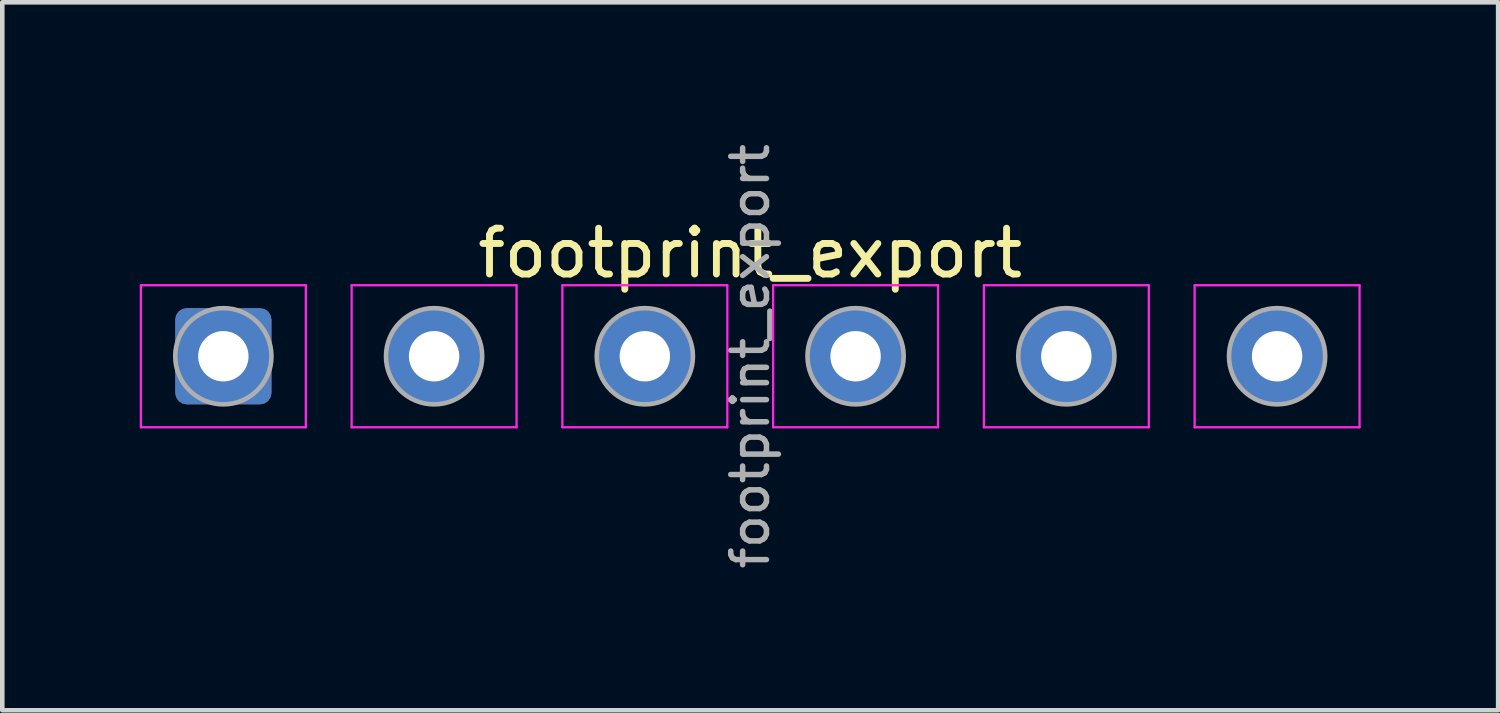
<source format=kicad_pcb>
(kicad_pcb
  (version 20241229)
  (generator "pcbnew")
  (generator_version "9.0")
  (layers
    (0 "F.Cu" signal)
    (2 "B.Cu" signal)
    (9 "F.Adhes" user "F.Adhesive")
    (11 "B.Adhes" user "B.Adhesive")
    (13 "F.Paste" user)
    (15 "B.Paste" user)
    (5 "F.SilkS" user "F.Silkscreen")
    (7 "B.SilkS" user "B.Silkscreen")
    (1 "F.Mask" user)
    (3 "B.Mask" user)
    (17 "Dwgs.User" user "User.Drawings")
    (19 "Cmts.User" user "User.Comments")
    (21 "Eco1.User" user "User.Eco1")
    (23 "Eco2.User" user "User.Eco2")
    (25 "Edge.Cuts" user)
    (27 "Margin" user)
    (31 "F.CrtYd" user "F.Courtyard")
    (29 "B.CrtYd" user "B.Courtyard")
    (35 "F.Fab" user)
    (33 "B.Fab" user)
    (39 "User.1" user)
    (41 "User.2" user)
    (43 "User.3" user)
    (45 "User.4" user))
  (footprint "footprint_export"
    (layer "F.Cu")
    (at 1.825 4.726)
    (property "Reference" "footprint_export" (at 11.5 -2.25 0) (layer "F.SilkS") (effects (font (size 1 1) (thickness 0.15))))
    (attr exclude_from_pos_files exclude_from_bom)
    (fp_line (start -1.8 -1.55) (end -1.8 1.55) (stroke (width 0.05) (type solid)) (layer "F.CrtYd"))
    (fp_line (start -1.8 1.55) (end 1.8 1.55) (stroke (width 0.05) (type solid)) (layer "F.CrtYd"))
    (fp_line (start 1.8 -1.55) (end -1.8 -1.55) (stroke (width 0.05) (type solid)) (layer "F.CrtYd"))
    (fp_line (start 1.8 1.55) (end 1.8 -1.55) (stroke (width 0.05) (type solid)) (layer "F.CrtYd"))
    (fp_line (start 2.8 -1.55) (end 2.8 1.55) (stroke (width 0.05) (type solid)) (layer "F.CrtYd"))
    (fp_line (start 2.8 1.55) (end 6.4 1.55) (stroke (width 0.05) (type solid)) (layer "F.CrtYd"))
    (fp_line (start 6.4 -1.55) (end 2.8 -1.55) (stroke (width 0.05) (type solid)) (layer "F.CrtYd"))
    (fp_line (start 6.4 1.55) (end 6.4 -1.55) (stroke (width 0.05) (type solid)) (layer "F.CrtYd"))
    (fp_line (start 7.4 -1.55) (end 7.4 1.55) (stroke (width 0.05) (type solid)) (layer "F.CrtYd"))
    (fp_line (start 7.4 1.55) (end 11 1.55) (stroke (width 0.05) (type solid)) (layer "F.CrtYd"))
    (fp_line (start 11 -1.55) (end 7.4 -1.55) (stroke (width 0.05) (type solid)) (layer "F.CrtYd"))
    (fp_line (start 11 1.55) (end 11 -1.55) (stroke (width 0.05) (type solid)) (layer "F.CrtYd"))
    (fp_line (start 12 -1.55) (end 12 1.55) (stroke (width 0.05) (type solid)) (layer "F.CrtYd"))
    (fp_line (start 12 1.55) (end 15.6 1.55) (stroke (width 0.05) (type solid)) (layer "F.CrtYd"))
    (fp_line (start 15.6 -1.55) (end 12 -1.55) (stroke (width 0.05) (type solid)) (layer "F.CrtYd"))
    (fp_line (start 15.6 1.55) (end 15.6 -1.55) (stroke (width 0.05) (type solid)) (layer "F.CrtYd"))
    (fp_line (start 16.6 -1.55) (end 16.6 1.55) (stroke (width 0.05) (type solid)) (layer "F.CrtYd"))
    (fp_line (start 16.6 1.55) (end 20.2 1.55) (stroke (width 0.05) (type solid)) (layer "F.CrtYd"))
    (fp_line (start 20.2 -1.55) (end 16.6 -1.55) (stroke (width 0.05) (type solid)) (layer "F.CrtYd"))
    (fp_line (start 20.2 1.55) (end 20.2 -1.55) (stroke (width 0.05) (type solid)) (layer "F.CrtYd"))
    (fp_line (start 21.2 -1.55) (end 21.2 1.55) (stroke (width 0.05) (type solid)) (layer "F.CrtYd"))
    (fp_line (start 21.2 1.55) (end 24.8 1.55) (stroke (width 0.05) (type solid)) (layer "F.CrtYd"))
    (fp_line (start 24.8 -1.55) (end 21.2 -1.55) (stroke (width 0.05) (type solid)) (layer "F.CrtYd"))
    (fp_line (start 24.8 1.55) (end 24.8 -1.55) (stroke (width 0.05) (type solid)) (layer "F.CrtYd"))
    (fp_circle (center 0 0) (end 1.05 0) (stroke (width 0.1) (type solid)) (fill no) (layer "F.Fab"))
    (fp_circle (center 4.6 0) (end 5.65 0) (stroke (width 0.1) (type solid)) (fill no) (layer "F.Fab"))
    (fp_circle (center 9.2 0) (end 10.25 0) (stroke (width 0.1) (type solid)) (fill no) (layer "F.Fab"))
    (fp_circle (center 13.8 0) (end 14.85 0) (stroke (width 0.1) (type solid)) (fill no) (layer "F.Fab"))
    (fp_circle (center 18.4 0) (end 19.45 0) (stroke (width 0.1) (type solid)) (fill no) (layer "F.Fab"))
    (fp_circle (center 23 0) (end 24.05 0) (stroke (width 0.1) (type solid)) (fill no) (layer "F.Fab"))
    (fp_text user "${REFERENCE}" (at 11.5 0 90) (layer "F.Fab") (effects (font (size 0.78 0.78) (thickness 0.12))))
    (pad "1" thru_hole roundrect (at 0 0) (size 2.1 2.1) (drill 1.1) (layers "*.Cu" "*.Mask") (roundrect_rratio 0.119))
    (pad "2" thru_hole circle (at 4.6 0) (size 2.1 2.1) (drill 1.1) (layers "*.Cu" "*.Mask"))
    (pad "3" thru_hole circle (at 9.2 0) (size 2.1 2.1) (drill 1.1) (layers "*.Cu" "*.Mask"))
    (pad "4" thru_hole circle (at 13.8 0) (size 2.1 2.1) (drill 1.1) (layers "*.Cu" "*.Mask"))
    (pad "5" thru_hole circle (at 18.4 0) (size 2.1 2.1) (drill 1.1) (layers "*.Cu" "*.Mask"))
    (pad "6" thru_hole circle (at 23 0) (size 2.1 2.1) (drill 1.1) (layers "*.Cu" "*.Mask")))
  (gr_rect
    (start -3 -3)
    (end 29.65 12.453)
    (stroke (width 0.1) (type default))
    (fill no)
    (layer "Edge.Cuts")))
</source>
